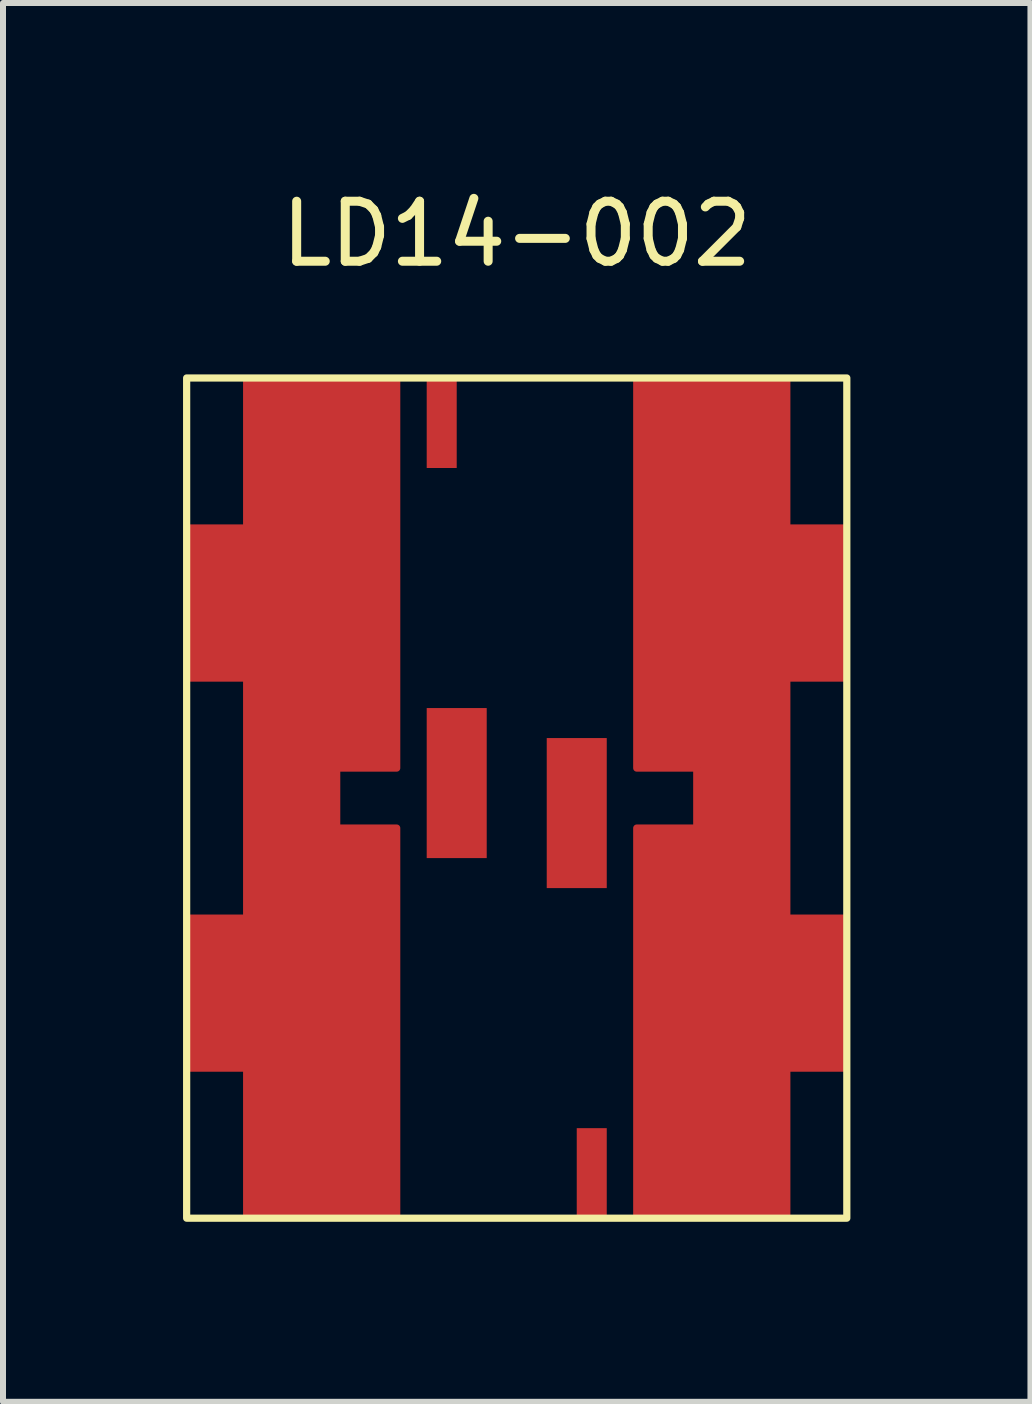
<source format=kicad_pcb>
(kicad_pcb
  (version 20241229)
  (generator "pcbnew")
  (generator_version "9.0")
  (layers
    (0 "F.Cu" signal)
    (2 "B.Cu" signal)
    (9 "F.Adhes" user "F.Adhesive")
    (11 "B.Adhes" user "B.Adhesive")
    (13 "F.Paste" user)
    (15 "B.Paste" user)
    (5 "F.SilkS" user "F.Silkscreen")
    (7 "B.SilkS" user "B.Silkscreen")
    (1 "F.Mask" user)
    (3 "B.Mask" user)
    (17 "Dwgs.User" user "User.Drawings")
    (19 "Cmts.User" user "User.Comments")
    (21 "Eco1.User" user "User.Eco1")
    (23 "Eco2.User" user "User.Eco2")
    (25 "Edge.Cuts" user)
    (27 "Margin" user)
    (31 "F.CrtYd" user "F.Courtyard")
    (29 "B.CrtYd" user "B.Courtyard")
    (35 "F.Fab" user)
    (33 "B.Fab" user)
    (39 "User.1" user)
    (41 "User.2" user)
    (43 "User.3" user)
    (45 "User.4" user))
  (footprint "LD14-002"
    (layer "F.Cu")
    (at 5.56 10.248)
    (property "Reference" "LD14-002" (at 0 -9.4 0) (unlocked yes) (layer "F.SilkS") (effects (font (size 1 1) (thickness 0.15))))
    (attr smd)
    (fp_poly (pts (xy -4.5 6.95) (xy -2 6.95) (xy -2 0.5) (xy -3 0.5) (xy -3 -0.5) (xy -2 -0.5) (xy -2 -6.95) (xy -4.5 -6.95) (xy -4.5 -4.5) (xy -5.45 -4.5) (xy -5.45 -2) (xy -4.5 -2) (xy -4.5 2) (xy -5.45 2) (xy -5.45 4.5) (xy -4.5 4.5)) (stroke (width 0.12) (type solid)) (fill yes) (layer "F.Cu"))
    (fp_poly (pts (xy 4.5 -6.95) (xy 2 -6.95) (xy 2 -0.5) (xy 3 -0.5) (xy 3 0.5) (xy 2 0.5) (xy 2 6.95) (xy 4.5 6.95) (xy 4.5 4.5) (xy 5.45 4.5) (xy 5.45 2) (xy 4.5 2) (xy 4.5 -2) (xy 5.45 -2) (xy 5.45 -4.5) (xy 4.5 -4.5)) (stroke (width 0.12) (type solid)) (fill yes) (layer "F.Cu"))
    (fp_rect (start -5.5 -7) (end 5.5 7) (stroke (width 0.12) (type default)) (fill no) (layer "F.SilkS"))
    (pad "1" smd rect (at -1 -0.25) (size 1 2.5) (layers "F.Cu" "F.Mask" "F.Paste"))
    (pad "2" smd rect (at 1 0.25) (size 1 2.5) (layers "F.Cu" "F.Mask" "F.Paste"))
    (pad "3" smd rect (at -1.25 -6.25) (size 0.5 1.5) (layers "F.Cu" "F.Mask" "F.Paste"))
    (pad "4" smd rect (at 1.25 6.25) (size 0.5 1.5) (layers "F.Cu" "F.Mask" "F.Paste")))
  (gr_rect
    (start -3 -3)
    (end 14.12 20.308)
    (stroke (width 0.1) (type default))
    (fill no)
    (layer "Edge.Cuts")))
</source>
